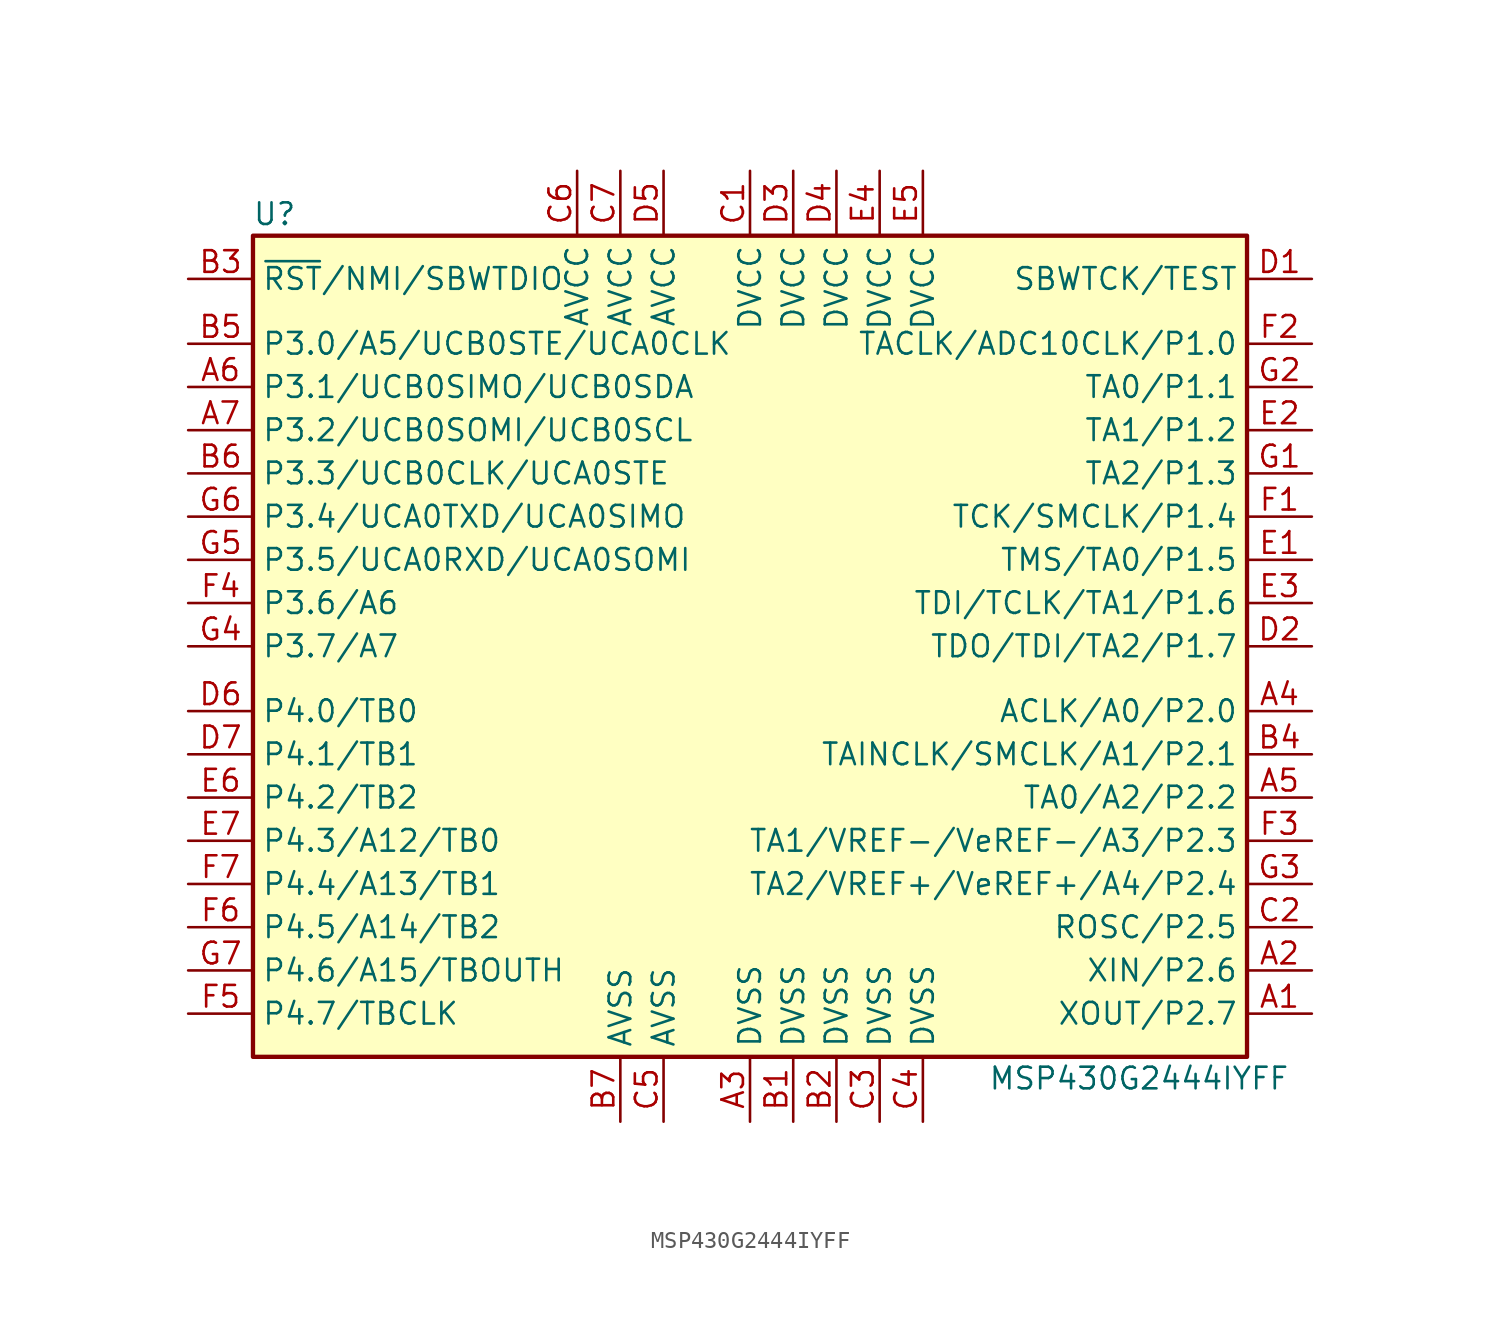
<source format=kicad_sym>
(kicad_symbol_lib
  (version 20201005)
  (generator kicad_symbol_editor)
  (symbol "MCU_Texas_MSP430:MSP430G2444IYFF"
    (property "Reference" "U"
      (at -27.94 25.4 0)
      (effects (font (size 1.27 1.27))))
    (property "Value" "MSP430G2444IYFF"
      (at 22.86 -25.4 0)
      (effects (font (size 1.27 1.27))))
    (symbol "MSP430G2444IYFF_0_1"
      (rectangle (start -29.21 24.13) (end 29.21 -24.13) (stroke (width 0.254)) (fill (type background))))
    (symbol "MSP430G2444IYFF_1_1"
      (pin bidirectional line (at 33.02 -21.59 180) (length 3.81) (name "XOUT/P2.7" (effects (font (size 1.27 1.27)))) (number "A1" (effects (font (size 1.27 1.27)))))
      (pin bidirectional line (at 33.02 -19.05 180) (length 3.81) (name "XIN/P2.6" (effects (font (size 1.27 1.27)))) (number "A2" (effects (font (size 1.27 1.27)))))
      (pin power_in line (at 0 -27.94 90) (length 3.81) (name "DVSS" (effects (font (size 1.27 1.27)))) (number "A3" (effects (font (size 1.27 1.27)))))
      (pin bidirectional line (at 33.02 -3.81 180) (length 3.81) (name "ACLK/A0/P2.0" (effects (font (size 1.27 1.27)))) (number "A4" (effects (font (size 1.27 1.27)))))
      (pin bidirectional line (at 33.02 -8.89 180) (length 3.81) (name "TA0/A2/P2.2" (effects (font (size 1.27 1.27)))) (number "A5" (effects (font (size 1.27 1.27)))))
      (pin bidirectional line (at -33.02 15.24 0) (length 3.81) (name "P3.1/UCB0SIMO/UCB0SDA" (effects (font (size 1.27 1.27)))) (number "A6" (effects (font (size 1.27 1.27)))))
      (pin bidirectional line (at -33.02 12.7 0) (length 3.81) (name "P3.2/UCB0SOMI/UCB0SCL" (effects (font (size 1.27 1.27)))) (number "A7" (effects (font (size 1.27 1.27)))))
      (pin power_in line (at 2.54 -27.94 90) (length 3.81) (name "DVSS" (effects (font (size 1.27 1.27)))) (number "B1" (effects (font (size 1.27 1.27)))))
      (pin power_in line (at 5.08 -27.94 90) (length 3.81) (name "DVSS" (effects (font (size 1.27 1.27)))) (number "B2" (effects (font (size 1.27 1.27)))))
      (pin input line (at -33.02 21.59 0) (length 3.81) (name "~RST~/NMI/SBWTDIO" (effects (font (size 1.27 1.27)))) (number "B3" (effects (font (size 1.27 1.27)))))
      (pin bidirectional line (at 33.02 -6.35 180) (length 3.81) (name "TAINCLK/SMCLK/A1/P2.1" (effects (font (size 1.27 1.27)))) (number "B4" (effects (font (size 1.27 1.27)))))
      (pin bidirectional line (at -33.02 17.78 0) (length 3.81) (name "P3.0/A5/UCB0STE/UCA0CLK" (effects (font (size 1.27 1.27)))) (number "B5" (effects (font (size 1.27 1.27)))))
      (pin bidirectional line (at -33.02 10.16 0) (length 3.81) (name "P3.3/UCB0CLK/UCA0STE" (effects (font (size 1.27 1.27)))) (number "B6" (effects (font (size 1.27 1.27)))))
      (pin power_in line (at -7.62 -27.94 90) (length 3.81) (name "AVSS" (effects (font (size 1.27 1.27)))) (number "B7" (effects (font (size 1.27 1.27)))))
      (pin power_in line (at 0 27.94 270) (length 3.81) (name "DVCC" (effects (font (size 1.27 1.27)))) (number "C1" (effects (font (size 1.27 1.27)))))
      (pin bidirectional line (at 33.02 -16.51 180) (length 3.81) (name "ROSC/P2.5" (effects (font (size 1.27 1.27)))) (number "C2" (effects (font (size 1.27 1.27)))))
      (pin power_in line (at 7.62 -27.94 90) (length 3.81) (name "DVSS" (effects (font (size 1.27 1.27)))) (number "C3" (effects (font (size 1.27 1.27)))))
      (pin power_in line (at 10.16 -27.94 90) (length 3.81) (name "DVSS" (effects (font (size 1.27 1.27)))) (number "C4" (effects (font (size 1.27 1.27)))))
      (pin power_in line (at -5.08 -27.94 90) (length 3.81) (name "AVSS" (effects (font (size 1.27 1.27)))) (number "C5" (effects (font (size 1.27 1.27)))))
      (pin power_in line (at -10.16 27.94 270) (length 3.81) (name "AVCC" (effects (font (size 1.27 1.27)))) (number "C6" (effects (font (size 1.27 1.27)))))
      (pin power_in line (at -7.62 27.94 270) (length 3.81) (name "AVCC" (effects (font (size 1.27 1.27)))) (number "C7" (effects (font (size 1.27 1.27)))))
      (pin input line (at 33.02 21.59 180) (length 3.81) (name "SBWTCK/TEST" (effects (font (size 1.27 1.27)))) (number "D1" (effects (font (size 1.27 1.27)))))
      (pin bidirectional line (at 33.02 0 180) (length 3.81) (name "TDO/TDI/TA2/P1.7" (effects (font (size 1.27 1.27)))) (number "D2" (effects (font (size 1.27 1.27)))))
      (pin power_in line (at 2.54 27.94 270) (length 3.81) (name "DVCC" (effects (font (size 1.27 1.27)))) (number "D3" (effects (font (size 1.27 1.27)))))
      (pin power_in line (at 5.08 27.94 270) (length 3.81) (name "DVCC" (effects (font (size 1.27 1.27)))) (number "D4" (effects (font (size 1.27 1.27)))))
      (pin power_in line (at -5.08 27.94 270) (length 3.81) (name "AVCC" (effects (font (size 1.27 1.27)))) (number "D5" (effects (font (size 1.27 1.27)))))
      (pin bidirectional line (at -33.02 -3.81 0) (length 3.81) (name "P4.0/TB0" (effects (font (size 1.27 1.27)))) (number "D6" (effects (font (size 1.27 1.27)))))
      (pin bidirectional line (at -33.02 -6.35 0) (length 3.81) (name "P4.1/TB1" (effects (font (size 1.27 1.27)))) (number "D7" (effects (font (size 1.27 1.27)))))
      (pin bidirectional line (at 33.02 5.08 180) (length 3.81) (name "TMS/TA0/P1.5" (effects (font (size 1.27 1.27)))) (number "E1" (effects (font (size 1.27 1.27)))))
      (pin bidirectional line (at 33.02 12.7 180) (length 3.81) (name "TA1/P1.2" (effects (font (size 1.27 1.27)))) (number "E2" (effects (font (size 1.27 1.27)))))
      (pin bidirectional line (at 33.02 2.54 180) (length 3.81) (name "TDI/TCLK/TA1/P1.6" (effects (font (size 1.27 1.27)))) (number "E3" (effects (font (size 1.27 1.27)))))
      (pin power_in line (at 7.62 27.94 270) (length 3.81) (name "DVCC" (effects (font (size 1.27 1.27)))) (number "E4" (effects (font (size 1.27 1.27)))))
      (pin power_in line (at 10.16 27.94 270) (length 3.81) (name "DVCC" (effects (font (size 1.27 1.27)))) (number "E5" (effects (font (size 1.27 1.27)))))
      (pin bidirectional line (at -33.02 -8.89 0) (length 3.81) (name "P4.2/TB2" (effects (font (size 1.27 1.27)))) (number "E6" (effects (font (size 1.27 1.27)))))
      (pin bidirectional line (at -33.02 -11.43 0) (length 3.81) (name "P4.3/A12/TB0" (effects (font (size 1.27 1.27)))) (number "E7" (effects (font (size 1.27 1.27)))))
      (pin bidirectional line (at 33.02 7.62 180) (length 3.81) (name "TCK/SMCLK/P1.4" (effects (font (size 1.27 1.27)))) (number "F1" (effects (font (size 1.27 1.27)))))
      (pin bidirectional line (at 33.02 17.78 180) (length 3.81) (name "TACLK/ADC10CLK/P1.0" (effects (font (size 1.27 1.27)))) (number "F2" (effects (font (size 1.27 1.27)))))
      (pin bidirectional line (at 33.02 -11.43 180) (length 3.81) (name "TA1/VREF-/VeREF-/A3/P2.3" (effects (font (size 1.27 1.27)))) (number "F3" (effects (font (size 1.27 1.27)))))
      (pin bidirectional line (at -33.02 2.54 0) (length 3.81) (name "P3.6/A6" (effects (font (size 1.27 1.27)))) (number "F4" (effects (font (size 1.27 1.27)))))
      (pin bidirectional line (at -33.02 -21.59 0) (length 3.81) (name "P4.7/TBCLK" (effects (font (size 1.27 1.27)))) (number "F5" (effects (font (size 1.27 1.27)))))
      (pin bidirectional line (at -33.02 -16.51 0) (length 3.81) (name "P4.5/A14/TB2" (effects (font (size 1.27 1.27)))) (number "F6" (effects (font (size 1.27 1.27)))))
      (pin bidirectional line (at -33.02 -13.97 0) (length 3.81) (name "P4.4/A13/TB1" (effects (font (size 1.27 1.27)))) (number "F7" (effects (font (size 1.27 1.27)))))
      (pin bidirectional line (at 33.02 10.16 180) (length 3.81) (name "TA2/P1.3" (effects (font (size 1.27 1.27)))) (number "G1" (effects (font (size 1.27 1.27)))))
      (pin bidirectional line (at 33.02 15.24 180) (length 3.81) (name "TA0/P1.1" (effects (font (size 1.27 1.27)))) (number "G2" (effects (font (size 1.27 1.27)))))
      (pin bidirectional line (at 33.02 -13.97 180) (length 3.81) (name "TA2/VREF+/VeREF+/A4/P2.4" (effects (font (size 1.27 1.27)))) (number "G3" (effects (font (size 1.27 1.27)))))
      (pin bidirectional line (at -33.02 0 0) (length 3.81) (name "P3.7/A7" (effects (font (size 1.27 1.27)))) (number "G4" (effects (font (size 1.27 1.27)))))
      (pin bidirectional line (at -33.02 5.08 0) (length 3.81) (name "P3.5/UCA0RXD/UCA0SOMI" (effects (font (size 1.27 1.27)))) (number "G5" (effects (font (size 1.27 1.27)))))
      (pin bidirectional line (at -33.02 7.62 0) (length 3.81) (name "P3.4/UCA0TXD/UCA0SIMO" (effects (font (size 1.27 1.27)))) (number "G6" (effects (font (size 1.27 1.27)))))
      (pin bidirectional line (at -33.02 -19.05 0) (length 3.81) (name "P4.6/A15/TBOUTH" (effects (font (size 1.27 1.27)))) (number "G7" (effects (font (size 1.27 1.27))))))))
</source>
